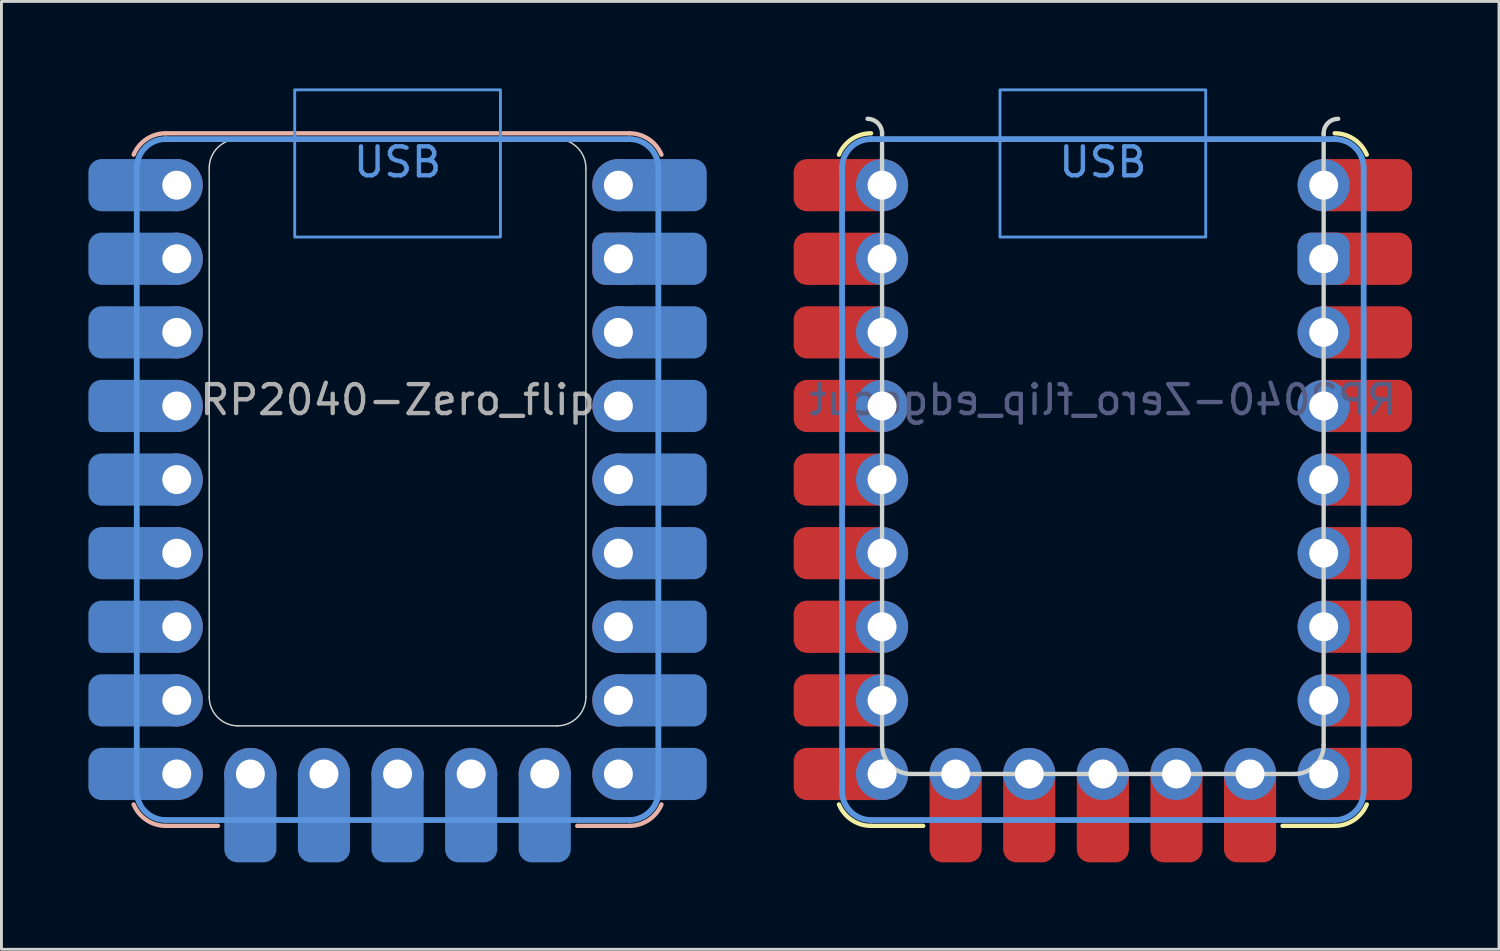
<source format=kicad_pcb>
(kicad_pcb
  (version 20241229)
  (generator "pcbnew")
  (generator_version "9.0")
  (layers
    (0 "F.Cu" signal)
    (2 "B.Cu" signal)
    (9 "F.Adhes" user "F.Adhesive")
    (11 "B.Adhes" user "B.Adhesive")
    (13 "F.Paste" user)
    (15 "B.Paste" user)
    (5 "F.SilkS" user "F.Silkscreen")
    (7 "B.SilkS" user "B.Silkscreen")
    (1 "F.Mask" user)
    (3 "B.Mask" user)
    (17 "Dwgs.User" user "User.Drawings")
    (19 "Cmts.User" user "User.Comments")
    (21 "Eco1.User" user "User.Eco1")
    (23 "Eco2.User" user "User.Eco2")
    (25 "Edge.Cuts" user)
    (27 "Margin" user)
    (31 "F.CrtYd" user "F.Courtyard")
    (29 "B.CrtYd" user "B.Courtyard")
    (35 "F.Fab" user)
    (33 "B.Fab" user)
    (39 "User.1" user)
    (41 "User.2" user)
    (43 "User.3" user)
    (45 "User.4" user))
  (footprint "RP2040-Zero_flip_edgecut"
    (layer "F.Cu")
    (at 35.01 13.5)
    (property "Reference" "RP2040-Zero_flip_edgecut" (at 0 -2.75 0) (unlocked yes) (layer "B.Fab") (effects (font (size 1 1) (thickness 0.15)) (justify mirror)))
    (attr through_hole)
    (fp_line (start -8 11.95) (end -6.2 11.95) (stroke (width 0.15) (type default)) (layer "F.SilkS"))
    (fp_line (start 8 11.95) (end 6.2 11.95) (stroke (width 0.15) (type default)) (layer "F.SilkS"))
    (fp_arc (start -9.107693 -11.211539) (mid -8.665641 -11.748461) (end -8.000001 -11.950001) (stroke (width 0.15) (type default)) (layer "F.SilkS"))
    (fp_arc (start -8.000001 11.950001) (mid -8.665641 11.748461) (end -9.107693 11.211539) (stroke (width 0.15) (type default)) (layer "F.SilkS"))
    (fp_arc (start 8.000001 -11.950001) (mid 8.665641 -11.748461) (end 9.107693 -11.211539) (stroke (width 0.15) (type default)) (layer "F.SilkS"))
    (fp_arc (start 9.107693 11.211539) (mid 8.665641 11.748461) (end 8.000001 11.950001) (stroke (width 0.15) (type default)) (layer "F.SilkS"))
    (fp_line (start -9 -10.75) (end -9 10.75) (stroke (width 0.2) (type default)) (layer "Cmts.User"))
    (fp_line (start -8 11.75) (end 8 11.75) (stroke (width 0.2) (type default)) (layer "Cmts.User"))
    (fp_line (start 8 -11.75) (end -8 -11.75) (stroke (width 0.2) (type default)) (layer "Cmts.User"))
    (fp_line (start 9 10.75) (end 9 -10.75) (stroke (width 0.2) (type default)) (layer "Cmts.User"))
    (fp_rect (start -3.55 -13.45) (end 3.55 -8.37) (stroke (width 0.1) (type default)) (fill no) (layer "Cmts.User"))
    (fp_arc (start -9 -10.75) (mid -8.707107 -11.457107) (end -8 -11.75) (stroke (width 0.2) (type default)) (layer "Cmts.User"))
    (fp_arc (start -8 11.75) (mid -8.707107 11.457107) (end -9 10.75) (stroke (width 0.2) (type default)) (layer "Cmts.User"))
    (fp_arc (start 8 -11.75) (mid 8.707107 -11.457107) (end 9 -10.75) (stroke (width 0.2) (type default)) (layer "Cmts.User"))
    (fp_arc (start 9 10.75) (mid 8.707107 11.457107) (end 8 11.75) (stroke (width 0.2) (type default)) (layer "Cmts.User"))
    (fp_line (start -7.62 -11.95) (end -7.62 9.16) (stroke (width 0.15) (type default)) (layer "Edge.Cuts"))
    (fp_line (start -6.62 10.16) (end 6.62 10.16) (stroke (width 0.15) (type default)) (layer "Edge.Cuts"))
    (fp_line (start 7.62 9.16) (end 7.62 -11.95) (stroke (width 0.15) (type default)) (layer "Edge.Cuts"))
    (fp_arc (start -8.119768 -12.450053) (mid -7.766218 -12.303603) (end -7.619768 -11.950053) (stroke (width 0.15) (type default)) (layer "Edge.Cuts"))
    (fp_arc (start -6.62 10.16) (mid -7.327107 9.867107) (end -7.62 9.16) (stroke (width 0.15) (type default)) (layer "Edge.Cuts"))
    (fp_arc (start 7.619768 -11.950053) (mid 7.766216 -12.303605) (end 8.119768 -12.450053) (stroke (width 0.15) (type default)) (layer "Edge.Cuts"))
    (fp_arc (start 7.62 9.16) (mid 7.327107 9.867107) (end 6.62 10.16) (stroke (width 0.15) (type default)) (layer "Edge.Cuts"))
    (fp_text user "USB" (at 0 -10.37 0) (layer "Cmts.User") (effects (font (size 1 1) (thickness 0.15)) (justify bottom)))
    (pad "1" thru_hole circle (at 7.62 -10.16) (size 1.8 1.8) (drill 1) (layers "*.Cu" "*.Mask"))
    (pad "1" smd roundrect (at 8.92 -10.16) (size 3.5 1.8) (layers "F.Cu" "F.Mask") (roundrect_rratio 0.25))
    (pad "2" thru_hole roundrect (at 7.62 -7.62) (size 1.8 1.8) (drill 1) (layers "*.Cu" "*.Mask") (roundrect_rratio 0.25))
    (pad "2" smd roundrect (at 8.92 -7.62) (size 3.5 1.8) (layers "F.Cu" "F.Mask") (roundrect_rratio 0.25))
    (pad "3" thru_hole circle (at 7.62 -5.08) (size 1.8 1.8) (drill 1) (layers "*.Cu" "*.Mask"))
    (pad "3" smd roundrect (at 8.92 -5.08) (size 3.5 1.8) (layers "F.Cu" "F.Mask") (roundrect_rratio 0.25))
    (pad "4" thru_hole circle (at 7.62 -2.54) (size 1.8 1.8) (drill 1) (layers "*.Cu" "*.Mask"))
    (pad "4" smd roundrect (at 8.92 -2.54) (size 3.5 1.8) (layers "F.Cu" "F.Mask") (roundrect_rratio 0.25))
    (pad "5" thru_hole circle (at 7.62 0) (size 1.8 1.8) (drill 1) (layers "*.Cu" "*.Mask"))
    (pad "5" smd roundrect (at 8.92 0) (size 3.5 1.8) (layers "F.Cu" "F.Mask") (roundrect_rratio 0.25))
    (pad "6" thru_hole circle (at 7.62 2.54) (size 1.8 1.8) (drill 1) (layers "*.Cu" "*.Mask"))
    (pad "6" smd roundrect (at 8.92 2.54) (size 3.5 1.8) (layers "F.Cu" "F.Mask") (roundrect_rratio 0.25))
    (pad "7" thru_hole circle (at 7.62 5.08) (size 1.8 1.8) (drill 1) (layers "*.Cu" "*.Mask"))
    (pad "7" smd roundrect (at 8.92 5.08) (size 3.5 1.8) (layers "F.Cu" "F.Mask") (roundrect_rratio 0.25))
    (pad "8" thru_hole circle (at 7.62 7.62) (size 1.8 1.8) (drill 1) (layers "*.Cu" "*.Mask"))
    (pad "8" smd roundrect (at 8.92 7.62) (size 3.5 1.8) (layers "F.Cu" "F.Mask") (roundrect_rratio 0.25))
    (pad "9" thru_hole circle (at 7.62 10.16) (size 1.8 1.8) (drill 1) (layers "*.Cu" "*.Mask"))
    (pad "9" smd roundrect (at 8.92 10.16) (size 3.5 1.8) (layers "F.Cu" "F.Mask") (roundrect_rratio 0.25))
    (pad "10" smd roundrect (at -8.92 -10.16 180) (size 3.5 1.8) (layers "F.Cu" "F.Mask") (roundrect_rratio 0.25))
    (pad "10" thru_hole circle (at -7.62 -10.16 180) (size 1.8 1.8) (drill 1) (layers "*.Cu" "*.Mask"))
    (pad "11" smd roundrect (at -8.92 -7.62 180) (size 3.5 1.8) (layers "F.Cu" "F.Mask") (roundrect_rratio 0.25))
    (pad "11" thru_hole circle (at -7.62 -7.62 180) (size 1.8 1.8) (drill 1) (layers "*.Cu" "*.Mask"))
    (pad "12" smd roundrect (at -8.92 -5.08 180) (size 3.5 1.8) (layers "F.Cu" "F.Mask") (roundrect_rratio 0.25))
    (pad "12" thru_hole circle (at -7.62 -5.08 180) (size 1.8 1.8) (drill 1) (layers "*.Cu" "*.Mask"))
    (pad "13" smd roundrect (at -8.92 -2.54) (size 3.5 1.8) (layers "F.Cu" "F.Mask") (roundrect_rratio 0.25))
    (pad "13" thru_hole circle (at -7.62 -2.54) (size 1.8 1.8) (drill 1) (layers "*.Cu" "*.Mask"))
    (pad "14" smd roundrect (at -8.92 0) (size 3.5 1.8) (layers "F.Cu" "F.Mask") (roundrect_rratio 0.25))
    (pad "14" thru_hole circle (at -7.62 0) (size 1.8 1.8) (drill 1) (layers "*.Cu" "*.Mask"))
    (pad "15" smd roundrect (at -8.92 2.54) (size 3.5 1.8) (layers "F.Cu" "F.Mask") (roundrect_rratio 0.25))
    (pad "15" thru_hole circle (at -7.62 2.54) (size 1.8 1.8) (drill 1) (layers "*.Cu" "*.Mask"))
    (pad "16" smd roundrect (at -8.92 5.08) (size 3.5 1.8) (layers "F.Cu" "F.Mask") (roundrect_rratio 0.25))
    (pad "16" thru_hole circle (at -7.62 5.08) (size 1.8 1.8) (drill 1) (layers "*.Cu" "*.Mask"))
    (pad "17" smd roundrect (at -8.92 7.62) (size 3.5 1.8) (layers "F.Cu" "F.Mask") (roundrect_rratio 0.25))
    (pad "17" thru_hole circle (at -7.62 7.62) (size 1.8 1.8) (drill 1) (layers "*.Cu" "*.Mask"))
    (pad "18" smd roundrect (at -8.92 10.16) (size 3.5 1.8) (layers "F.Cu" "F.Mask") (roundrect_rratio 0.25))
    (pad "18" thru_hole circle (at -7.62 10.16) (size 1.8 1.8) (drill 1) (layers "*.Cu" "*.Mask"))
    (pad "19" thru_hole circle (at 5.08 10.16 90) (size 1.8 1.8) (drill 1) (layers "*.Cu" "*.Mask"))
    (pad "19" smd roundrect (at 5.08 11.46 90) (size 3.5 1.8) (layers "F.Cu" "F.Mask") (roundrect_rratio 0.25))
    (pad "20" thru_hole circle (at 2.54 10.16 90) (size 1.8 1.8) (drill 1) (layers "*.Cu" "*.Mask"))
    (pad "20" smd roundrect (at 2.54 11.46 90) (size 3.5 1.8) (layers "F.Cu" "F.Mask") (roundrect_rratio 0.25))
    (pad "21" thru_hole circle (at 0 10.16 90) (size 1.8 1.8) (drill 1) (layers "*.Cu" "*.Mask"))
    (pad "21" smd roundrect (at 0 11.46 90) (size 3.5 1.8) (layers "F.Cu" "F.Mask") (roundrect_rratio 0.25))
    (pad "22" thru_hole circle (at -2.54 10.16 90) (size 1.8 1.8) (drill 1) (layers "*.Cu" "*.Mask"))
    (pad "22" smd roundrect (at -2.54 11.46 90) (size 3.5 1.8) (layers "F.Cu" "F.Mask") (roundrect_rratio 0.25))
    (pad "23" thru_hole circle (at -5.08 10.16 90) (size 1.8 1.8) (drill 1) (layers "*.Cu" "*.Mask"))
    (pad "23" smd roundrect (at -5.08 11.46 90) (size 3.5 1.8) (layers "F.Cu" "F.Mask") (roundrect_rratio 0.25)))
  (footprint "RP2040-Zero_flip"
    (layer "F.Cu")
    (at 10.67 13.5)
    (property "Reference" "RP2040-Zero_flip" (at 0 -2.75 0) (unlocked yes) (layer "F.Fab") (effects (font (size 1 1) (thickness 0.15))))
    (attr through_hole)
    (fp_line (start -8 11.95) (end -6.2 11.95) (stroke (width 0.15) (type default)) (layer "B.SilkS"))
    (fp_line (start 8 -11.95) (end -8 -11.95) (stroke (width 0.15) (type default)) (layer "B.SilkS"))
    (fp_line (start 8 11.95) (end 6.2 11.95) (stroke (width 0.15) (type default)) (layer "B.SilkS"))
    (fp_arc (start -9.107693 -11.211539) (mid -8.665641 -11.748461) (end -8.000001 -11.950001) (stroke (width 0.15) (type default)) (layer "B.SilkS"))
    (fp_arc (start -8.000001 11.950001) (mid -8.665641 11.748461) (end -9.107693 11.211539) (stroke (width 0.15) (type default)) (layer "B.SilkS"))
    (fp_arc (start 8.000001 -11.950001) (mid 8.665641 -11.748461) (end 9.107693 -11.211539) (stroke (width 0.15) (type default)) (layer "B.SilkS"))
    (fp_arc (start 9.107693 11.211539) (mid 8.665641 11.748461) (end 8.000001 11.950001) (stroke (width 0.15) (type default)) (layer "B.SilkS"))
    (fp_line (start -9 -10.75) (end -9 10.75) (stroke (width 0.2) (type default)) (layer "Cmts.User"))
    (fp_line (start -8 11.75) (end 8 11.75) (stroke (width 0.2) (type default)) (layer "Cmts.User"))
    (fp_line (start 8 -11.75) (end -8 -11.75) (stroke (width 0.2) (type default)) (layer "Cmts.User"))
    (fp_line (start 9 10.75) (end 9 -10.75) (stroke (width 0.2) (type default)) (layer "Cmts.User"))
    (fp_rect (start -3.55 -13.45) (end 3.55 -8.37) (stroke (width 0.1) (type default)) (fill no) (layer "Cmts.User"))
    (fp_arc (start -9 -10.75) (mid -8.707107 -11.457107) (end -8 -11.75) (stroke (width 0.2) (type default)) (layer "Cmts.User"))
    (fp_arc (start -8 11.75) (mid -8.707107 11.457107) (end -9 10.75) (stroke (width 0.2) (type default)) (layer "Cmts.User"))
    (fp_arc (start 8 -11.75) (mid 8.707107 -11.457107) (end 9 -10.75) (stroke (width 0.2) (type default)) (layer "Cmts.User"))
    (fp_arc (start 9 10.75) (mid 8.707107 11.457107) (end 8 11.75) (stroke (width 0.2) (type default)) (layer "Cmts.User"))
    (fp_line (start -6.5 -10.75) (end -6.5 7.5) (stroke (width 0.05) (type default)) (layer "Edge.Cuts"))
    (fp_line (start -5.5 8.5) (end 5.5 8.5) (stroke (width 0.05) (type default)) (layer "Edge.Cuts"))
    (fp_line (start 5.5 -11.75) (end -5.5 -11.75) (stroke (width 0.05) (type default)) (layer "Edge.Cuts"))
    (fp_line (start 6.5 7.5) (end 6.5 -10.75) (stroke (width 0.05) (type default)) (layer "Edge.Cuts"))
    (fp_arc (start -6.5 -10.75) (mid -6.207107 -11.457107) (end -5.5 -11.75) (stroke (width 0.05) (type default)) (layer "Edge.Cuts"))
    (fp_arc (start -5.5 8.5) (mid -6.207107 8.207107) (end -6.5 7.5) (stroke (width 0.05) (type default)) (layer "Edge.Cuts"))
    (fp_arc (start 5.5 -11.75) (mid 6.207107 -11.457107) (end 6.5 -10.75) (stroke (width 0.05) (type default)) (layer "Edge.Cuts"))
    (fp_arc (start 6.5 7.5) (mid 6.207107 8.207107) (end 5.5 8.5) (stroke (width 0.05) (type default)) (layer "Edge.Cuts"))
    (fp_text user "USB" (at 0 -10.37 0) (layer "Cmts.User") (effects (font (size 1 1) (thickness 0.15)) (justify bottom)))
    (pad "1" thru_hole circle (at 7.62 -10.16) (size 1.8 1.8) (drill 1) (layers "*.Cu" "*.Mask"))
    (pad "1" smd roundrect (at 8.92 -10.16) (size 3.5 1.8) (layers "B.Cu" "B.Mask") (roundrect_rratio 0.25))
    (pad "2" thru_hole roundrect (at 7.62 -7.62) (size 1.8 1.8) (drill 1) (layers "*.Cu" "*.Mask") (roundrect_rratio 0.25))
    (pad "2" smd roundrect (at 8.92 -7.62) (size 3.5 1.8) (layers "B.Cu" "B.Mask") (roundrect_rratio 0.25))
    (pad "3" thru_hole circle (at 7.62 -5.08) (size 1.8 1.8) (drill 1) (layers "*.Cu" "*.Mask"))
    (pad "3" smd roundrect (at 8.92 -5.08) (size 3.5 1.8) (layers "B.Cu" "B.Mask") (roundrect_rratio 0.25))
    (pad "4" thru_hole circle (at 7.62 -2.54) (size 1.8 1.8) (drill 1) (layers "*.Cu" "*.Mask"))
    (pad "4" smd roundrect (at 8.92 -2.54) (size 3.5 1.8) (layers "B.Cu" "B.Mask") (roundrect_rratio 0.25))
    (pad "5" thru_hole circle (at 7.62 0) (size 1.8 1.8) (drill 1) (layers "*.Cu" "*.Mask"))
    (pad "5" smd roundrect (at 8.92 0) (size 3.5 1.8) (layers "B.Cu" "B.Mask") (roundrect_rratio 0.25))
    (pad "6" thru_hole circle (at 7.62 2.54) (size 1.8 1.8) (drill 1) (layers "*.Cu" "*.Mask"))
    (pad "6" smd roundrect (at 8.92 2.54) (size 3.5 1.8) (layers "B.Cu" "B.Mask") (roundrect_rratio 0.25))
    (pad "7" thru_hole circle (at 7.62 5.08) (size 1.8 1.8) (drill 1) (layers "*.Cu" "*.Mask"))
    (pad "7" smd roundrect (at 8.92 5.08) (size 3.5 1.8) (layers "B.Cu" "B.Mask") (roundrect_rratio 0.25))
    (pad "8" thru_hole circle (at 7.62 7.62) (size 1.8 1.8) (drill 1) (layers "*.Cu" "*.Mask"))
    (pad "8" smd roundrect (at 8.92 7.62) (size 3.5 1.8) (layers "B.Cu" "B.Mask") (roundrect_rratio 0.25))
    (pad "9" thru_hole circle (at 7.62 10.16) (size 1.8 1.8) (drill 1) (layers "*.Cu" "*.Mask"))
    (pad "9" smd roundrect (at 8.92 10.16) (size 3.5 1.8) (layers "B.Cu" "B.Mask") (roundrect_rratio 0.25))
    (pad "10" smd roundrect (at -8.92 -10.16 180) (size 3.5 1.8) (layers "B.Cu" "B.Mask") (roundrect_rratio 0.25))
    (pad "10" thru_hole circle (at -7.62 -10.16 180) (size 1.8 1.8) (drill 1) (layers "*.Cu" "*.Mask"))
    (pad "11" smd roundrect (at -8.92 -7.62 180) (size 3.5 1.8) (layers "B.Cu" "B.Mask") (roundrect_rratio 0.25))
    (pad "11" thru_hole circle (at -7.62 -7.62 180) (size 1.8 1.8) (drill 1) (layers "*.Cu" "*.Mask"))
    (pad "12" smd roundrect (at -8.92 -5.08 180) (size 3.5 1.8) (layers "B.Cu" "B.Mask") (roundrect_rratio 0.25))
    (pad "12" thru_hole circle (at -7.62 -5.08 180) (size 1.8 1.8) (drill 1) (layers "*.Cu" "*.Mask"))
    (pad "13" smd roundrect (at -8.92 -2.54) (size 3.5 1.8) (layers "B.Cu" "B.Mask") (roundrect_rratio 0.25))
    (pad "13" thru_hole circle (at -7.62 -2.54) (size 1.8 1.8) (drill 1) (layers "*.Cu" "*.Mask"))
    (pad "14" smd roundrect (at -8.92 0) (size 3.5 1.8) (layers "B.Cu" "B.Mask") (roundrect_rratio 0.25))
    (pad "14" thru_hole circle (at -7.62 0) (size 1.8 1.8) (drill 1) (layers "*.Cu" "*.Mask"))
    (pad "15" smd roundrect (at -8.92 2.54) (size 3.5 1.8) (layers "B.Cu" "B.Mask") (roundrect_rratio 0.25))
    (pad "15" thru_hole circle (at -7.62 2.54) (size 1.8 1.8) (drill 1) (layers "*.Cu" "*.Mask"))
    (pad "16" smd roundrect (at -8.92 5.08) (size 3.5 1.8) (layers "B.Cu" "B.Mask") (roundrect_rratio 0.25))
    (pad "16" thru_hole circle (at -7.62 5.08) (size 1.8 1.8) (drill 1) (layers "*.Cu" "*.Mask"))
    (pad "17" smd roundrect (at -8.92 7.62) (size 3.5 1.8) (layers "B.Cu" "B.Mask") (roundrect_rratio 0.25))
    (pad "17" thru_hole circle (at -7.62 7.62) (size 1.8 1.8) (drill 1) (layers "*.Cu" "*.Mask"))
    (pad "18" smd roundrect (at -8.92 10.16) (size 3.5 1.8) (layers "B.Cu" "B.Mask") (roundrect_rratio 0.25))
    (pad "18" thru_hole circle (at -7.62 10.16) (size 1.8 1.8) (drill 1) (layers "*.Cu" "*.Mask"))
    (pad "19" thru_hole circle (at 5.08 10.16 90) (size 1.8 1.8) (drill 1) (layers "*.Cu" "*.Mask"))
    (pad "19" smd roundrect (at 5.08 11.46 90) (size 3.5 1.8) (layers "B.Cu" "B.Mask") (roundrect_rratio 0.25))
    (pad "20" thru_hole circle (at 2.54 10.16 90) (size 1.8 1.8) (drill 1) (layers "*.Cu" "*.Mask"))
    (pad "20" smd roundrect (at 2.54 11.46 90) (size 3.5 1.8) (layers "B.Cu" "B.Mask") (roundrect_rratio 0.25))
    (pad "21" thru_hole circle (at 0 10.16 90) (size 1.8 1.8) (drill 1) (layers "*.Cu" "*.Mask"))
    (pad "21" smd roundrect (at 0 11.46 90) (size 3.5 1.8) (layers "B.Cu" "B.Mask") (roundrect_rratio 0.25))
    (pad "22" thru_hole circle (at -2.54 10.16 90) (size 1.8 1.8) (drill 1) (layers "*.Cu" "*.Mask"))
    (pad "22" smd roundrect (at -2.54 11.46 90) (size 3.5 1.8) (layers "B.Cu" "B.Mask") (roundrect_rratio 0.25))
    (pad "23" thru_hole circle (at -5.08 10.16 90) (size 1.8 1.8) (drill 1) (layers "*.Cu" "*.Mask"))
    (pad "23" smd roundrect (at -5.08 11.46 90) (size 3.5 1.8) (layers "B.Cu" "B.Mask") (roundrect_rratio 0.25)))
  (gr_rect
    (start -3 -3)
    (end 48.68 29.71)
    (stroke (width 0.1) (type default))
    (fill no)
    (layer "Edge.Cuts")))
</source>
